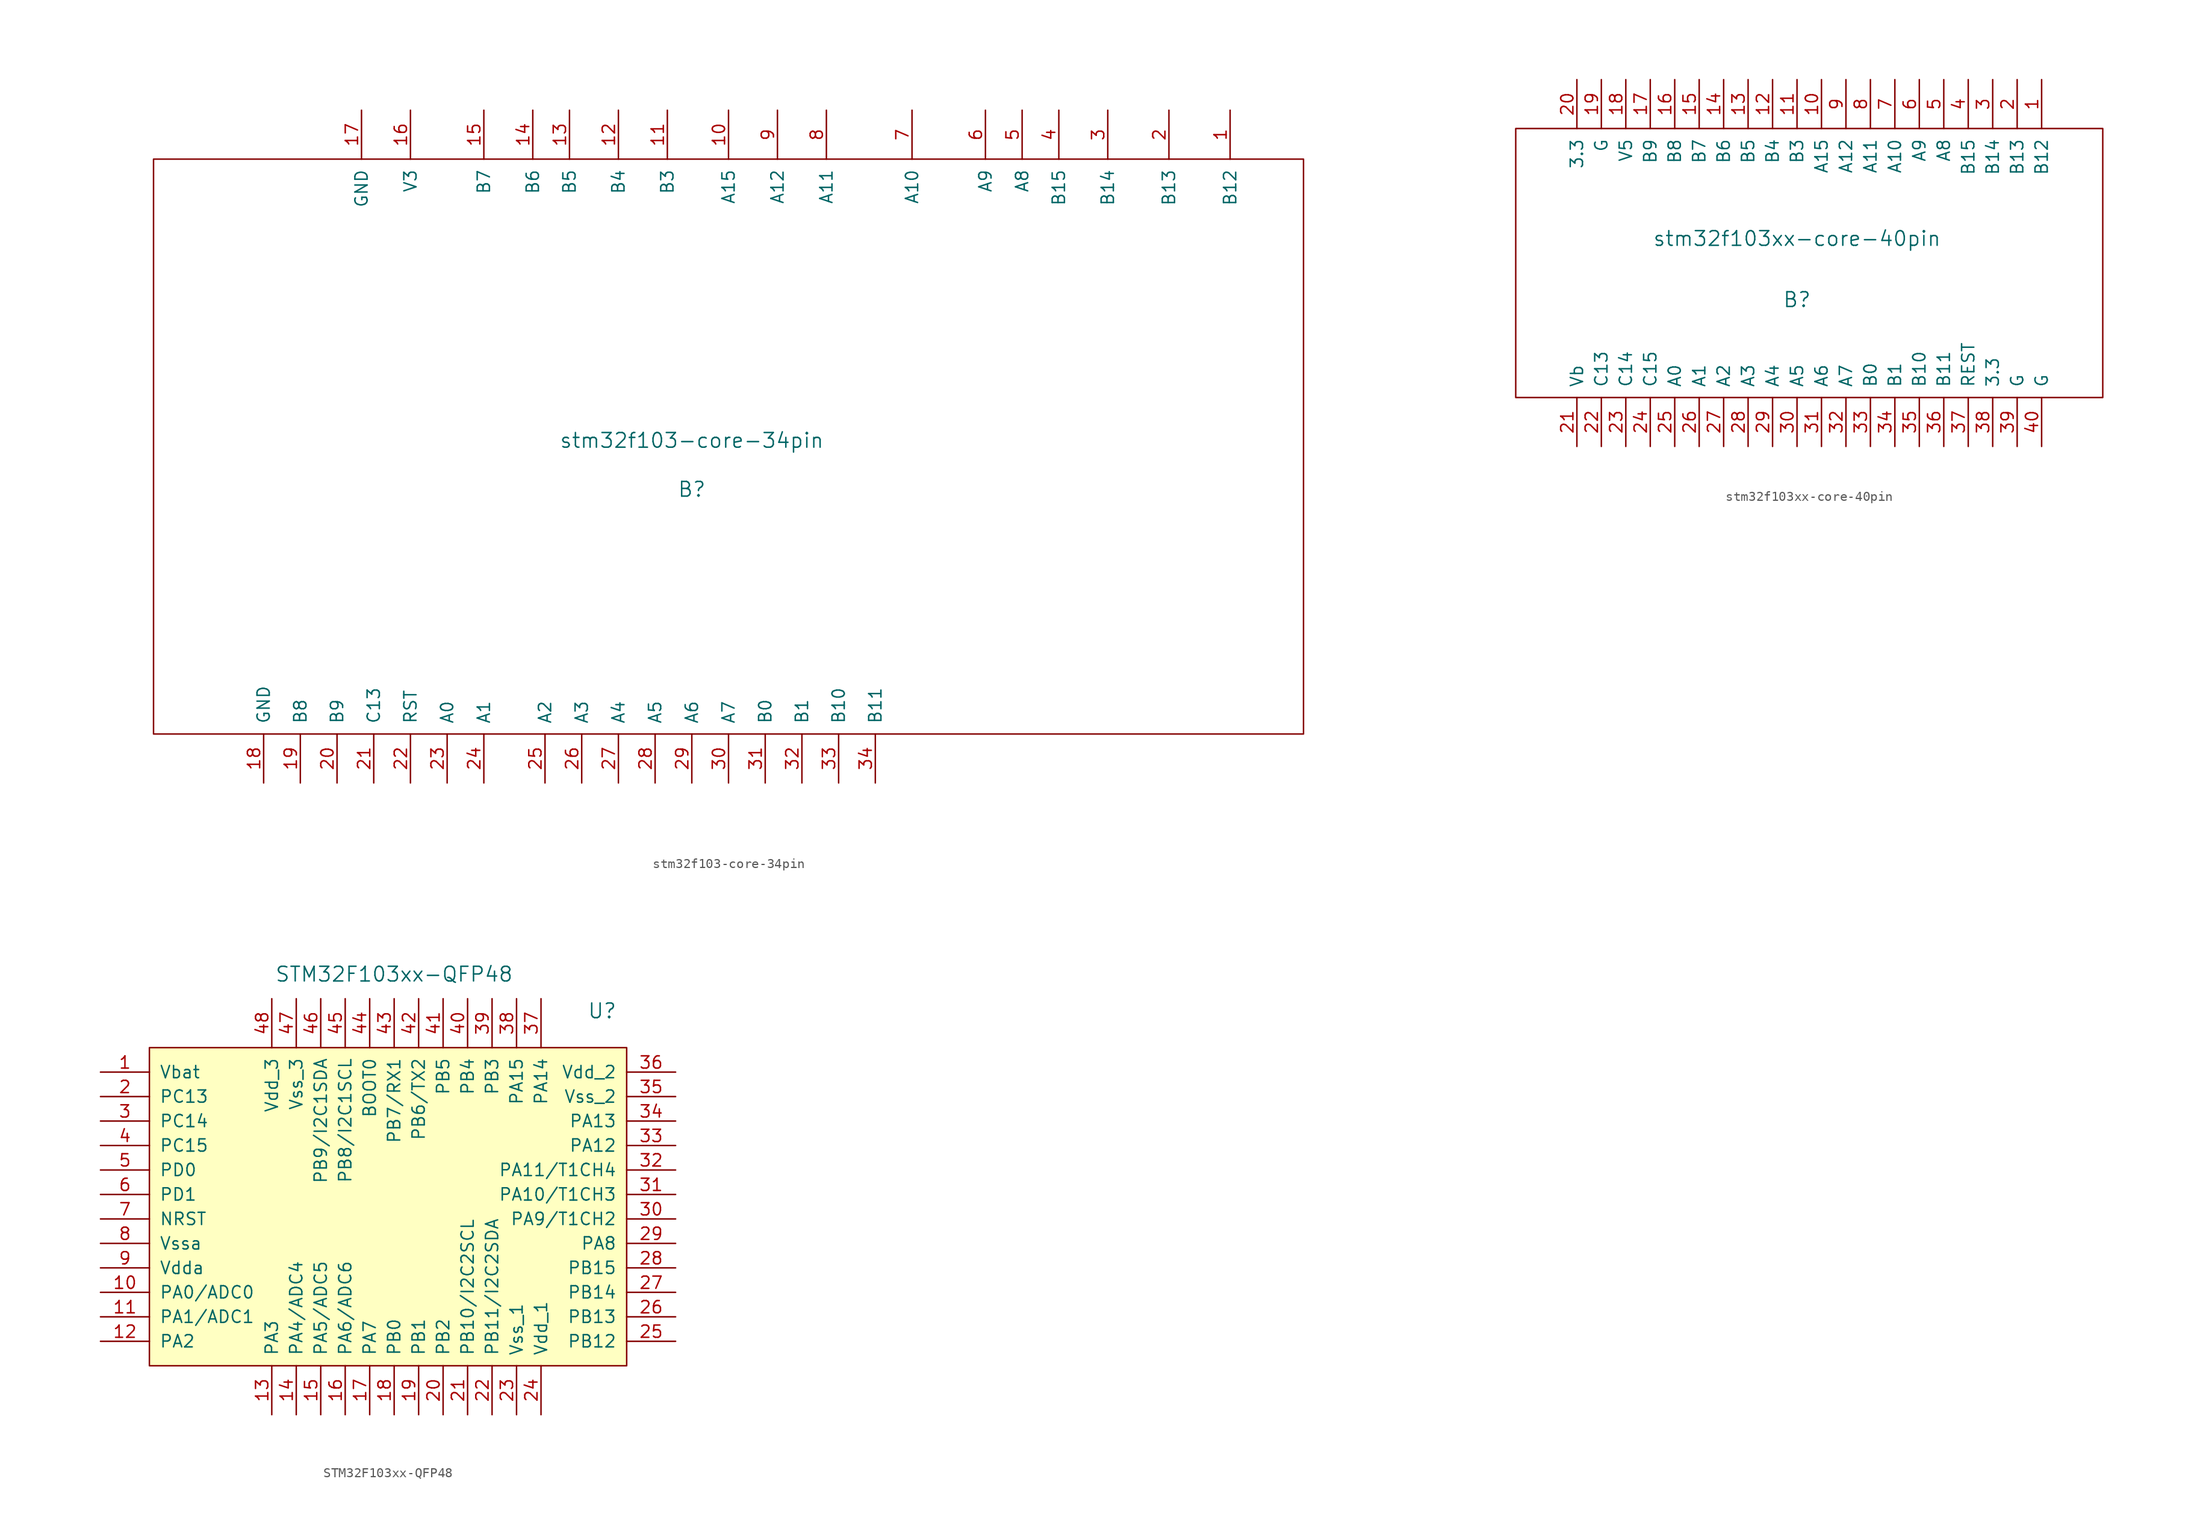
<source format=kicad_sym>
(kicad_symbol_lib
  (version 20231120)
  (generator "kicad_symbol_editor")
  (generator_version "8.0")
  (symbol "stm32f103-core-34pin"
    (pin_names
      (offset 1.016))
    (property "Reference" "B"
      (at 0 -2.54 0)
      (effects (font (size 1.524 1.524))))
    (property "Value" "stm32f103-core-34pin"
      (at 0 2.54 0)
      (effects (font (size 1.524 1.524))))
    (symbol "stm32f103-core-34pin_0_1"
      (rectangle (start -55.88 31.75) (end 63.5 -27.94) (stroke (width 0) (type default)) (fill (type none))))
    (symbol "stm32f103-core-34pin_1_1"
      (pin input line (at 55.88 36.83 270) (length 5.08) (name "B12" (effects (font (size 1.27 1.27)))) (number "1" (effects (font (size 1.27 1.27)))))
      (pin input line (at 3.81 36.83 270) (length 5.08) (name "A15" (effects (font (size 1.27 1.27)))) (number "10" (effects (font (size 1.27 1.27)))))
      (pin input line (at -2.54 36.83 270) (length 5.08) (name "B3" (effects (font (size 1.27 1.27)))) (number "11" (effects (font (size 1.27 1.27)))))
      (pin input line (at -7.62 36.83 270) (length 5.08) (name "B4" (effects (font (size 1.27 1.27)))) (number "12" (effects (font (size 1.27 1.27)))))
      (pin input line (at -12.7 36.83 270) (length 5.08) (name "B5" (effects (font (size 1.27 1.27)))) (number "13" (effects (font (size 1.27 1.27)))))
      (pin input line (at -16.51 36.83 270) (length 5.08) (name "B6" (effects (font (size 1.27 1.27)))) (number "14" (effects (font (size 1.27 1.27)))))
      (pin input line (at -21.59 36.83 270) (length 5.08) (name "B7" (effects (font (size 1.27 1.27)))) (number "15" (effects (font (size 1.27 1.27)))))
      (pin input line (at -29.21 36.83 270) (length 5.08) (name "V3" (effects (font (size 1.27 1.27)))) (number "16" (effects (font (size 1.27 1.27)))))
      (pin input line (at -34.29 36.83 270) (length 5.08) (name "GND" (effects (font (size 1.27 1.27)))) (number "17" (effects (font (size 1.27 1.27)))))
      (pin input line (at -44.45 -33.02 90) (length 5.08) (name "GND" (effects (font (size 1.27 1.27)))) (number "18" (effects (font (size 1.27 1.27)))))
      (pin input line (at -40.64 -33.02 90) (length 5.08) (name "B8" (effects (font (size 1.27 1.27)))) (number "19" (effects (font (size 1.27 1.27)))))
      (pin input line (at 49.53 36.83 270) (length 5.08) (name "B13" (effects (font (size 1.27 1.27)))) (number "2" (effects (font (size 1.27 1.27)))))
      (pin input line (at -36.83 -33.02 90) (length 5.08) (name "B9" (effects (font (size 1.27 1.27)))) (number "20" (effects (font (size 1.27 1.27)))))
      (pin input line (at -33.02 -33.02 90) (length 5.08) (name "C13" (effects (font (size 1.27 1.27)))) (number "21" (effects (font (size 1.27 1.27)))))
      (pin input line (at -29.21 -33.02 90) (length 5.08) (name "RST" (effects (font (size 1.27 1.27)))) (number "22" (effects (font (size 1.27 1.27)))))
      (pin input line (at -25.4 -33.02 90) (length 5.08) (name "A0" (effects (font (size 1.27 1.27)))) (number "23" (effects (font (size 1.27 1.27)))))
      (pin input line (at -21.59 -33.02 90) (length 5.08) (name "A1" (effects (font (size 1.27 1.27)))) (number "24" (effects (font (size 1.27 1.27)))))
      (pin input line (at -15.24 -33.02 90) (length 5.08) (name "A2" (effects (font (size 1.27 1.27)))) (number "25" (effects (font (size 1.27 1.27)))))
      (pin input line (at -11.43 -33.02 90) (length 5.08) (name "A3" (effects (font (size 1.27 1.27)))) (number "26" (effects (font (size 1.27 1.27)))))
      (pin input line (at -7.62 -33.02 90) (length 5.08) (name "A4" (effects (font (size 1.27 1.27)))) (number "27" (effects (font (size 1.27 1.27)))))
      (pin input line (at -3.81 -33.02 90) (length 5.08) (name "A5" (effects (font (size 1.27 1.27)))) (number "28" (effects (font (size 1.27 1.27)))))
      (pin input line (at 0 -33.02 90) (length 5.08) (name "A6" (effects (font (size 1.27 1.27)))) (number "29" (effects (font (size 1.27 1.27)))))
      (pin input line (at 43.18 36.83 270) (length 5.08) (name "B14" (effects (font (size 1.27 1.27)))) (number "3" (effects (font (size 1.27 1.27)))))
      (pin input line (at 3.81 -33.02 90) (length 5.08) (name "A7" (effects (font (size 1.27 1.27)))) (number "30" (effects (font (size 1.27 1.27)))))
      (pin input line (at 7.62 -33.02 90) (length 5.08) (name "B0" (effects (font (size 1.27 1.27)))) (number "31" (effects (font (size 1.27 1.27)))))
      (pin input line (at 11.43 -33.02 90) (length 5.08) (name "B1" (effects (font (size 1.27 1.27)))) (number "32" (effects (font (size 1.27 1.27)))))
      (pin input line (at 15.24 -33.02 90) (length 5.08) (name "B10" (effects (font (size 1.27 1.27)))) (number "33" (effects (font (size 1.27 1.27)))))
      (pin input line (at 19.05 -33.02 90) (length 5.08) (name "B11" (effects (font (size 1.27 1.27)))) (number "34" (effects (font (size 1.27 1.27)))))
      (pin input line (at 38.1 36.83 270) (length 5.08) (name "B15" (effects (font (size 1.27 1.27)))) (number "4" (effects (font (size 1.27 1.27)))))
      (pin input line (at 34.29 36.83 270) (length 5.08) (name "A8" (effects (font (size 1.27 1.27)))) (number "5" (effects (font (size 1.27 1.27)))))
      (pin input line (at 30.48 36.83 270) (length 5.08) (name "A9" (effects (font (size 1.27 1.27)))) (number "6" (effects (font (size 1.27 1.27)))))
      (pin input line (at 22.86 36.83 270) (length 5.08) (name "A10" (effects (font (size 1.27 1.27)))) (number "7" (effects (font (size 1.27 1.27)))))
      (pin input line (at 13.97 36.83 270) (length 5.08) (name "A11" (effects (font (size 1.27 1.27)))) (number "8" (effects (font (size 1.27 1.27)))))
      (pin input line (at 8.89 36.83 270) (length 5.08) (name "A12" (effects (font (size 1.27 1.27)))) (number "9" (effects (font (size 1.27 1.27)))))))
  (symbol "stm32f103xx-core-40pin"
    (pin_names
      (offset 1.016))
    (property "Reference" "B"
      (at 0 -3.81 0)
      (effects (font (size 1.524 1.524))))
    (property "Value" "stm32f103xx-core-40pin"
      (at 0 2.54 0)
      (effects (font (size 1.524 1.524))))
    (symbol "stm32f103xx-core-40pin_0_1"
      (rectangle (start -29.21 13.97) (end 31.75 -13.97) (stroke (width 0) (type default)) (fill (type none))))
    (symbol "stm32f103xx-core-40pin_1_1"
      (pin input line (at 25.4 19.05 270) (length 5.08) (name "B12" (effects (font (size 1.27 1.27)))) (number "1" (effects (font (size 1.27 1.27)))))
      (pin input line (at 2.54 19.05 270) (length 5.08) (name "A15" (effects (font (size 1.27 1.27)))) (number "10" (effects (font (size 1.27 1.27)))))
      (pin input line (at 0 19.05 270) (length 5.08) (name "B3" (effects (font (size 1.27 1.27)))) (number "11" (effects (font (size 1.27 1.27)))))
      (pin input line (at -2.54 19.05 270) (length 5.08) (name "B4" (effects (font (size 1.27 1.27)))) (number "12" (effects (font (size 1.27 1.27)))))
      (pin input line (at -5.08 19.05 270) (length 5.08) (name "B5" (effects (font (size 1.27 1.27)))) (number "13" (effects (font (size 1.27 1.27)))))
      (pin input line (at -7.62 19.05 270) (length 5.08) (name "B6" (effects (font (size 1.27 1.27)))) (number "14" (effects (font (size 1.27 1.27)))))
      (pin input line (at -10.16 19.05 270) (length 5.08) (name "B7" (effects (font (size 1.27 1.27)))) (number "15" (effects (font (size 1.27 1.27)))))
      (pin input line (at -12.7 19.05 270) (length 5.08) (name "B8" (effects (font (size 1.27 1.27)))) (number "16" (effects (font (size 1.27 1.27)))))
      (pin input line (at -15.24 19.05 270) (length 5.08) (name "B9" (effects (font (size 1.27 1.27)))) (number "17" (effects (font (size 1.27 1.27)))))
      (pin power_in line (at -17.78 19.05 270) (length 5.08) (name "V5" (effects (font (size 1.27 1.27)))) (number "18" (effects (font (size 1.27 1.27)))))
      (pin input line (at -20.32 19.05 270) (length 5.08) (name "G" (effects (font (size 1.27 1.27)))) (number "19" (effects (font (size 1.27 1.27)))))
      (pin input line (at 22.86 19.05 270) (length 5.08) (name "B13" (effects (font (size 1.27 1.27)))) (number "2" (effects (font (size 1.27 1.27)))))
      (pin power_out line (at -22.86 19.05 270) (length 5.08) (name "3.3" (effects (font (size 1.27 1.27)))) (number "20" (effects (font (size 1.27 1.27)))))
      (pin power_in line (at -22.86 -19.05 90) (length 5.08) (name "Vb" (effects (font (size 1.27 1.27)))) (number "21" (effects (font (size 1.27 1.27)))))
      (pin input line (at -20.32 -19.05 90) (length 5.08) (name "C13" (effects (font (size 1.27 1.27)))) (number "22" (effects (font (size 1.27 1.27)))))
      (pin input line (at -17.78 -19.05 90) (length 5.08) (name "C14" (effects (font (size 1.27 1.27)))) (number "23" (effects (font (size 1.27 1.27)))))
      (pin input line (at -15.24 -19.05 90) (length 5.08) (name "C15" (effects (font (size 1.27 1.27)))) (number "24" (effects (font (size 1.27 1.27)))))
      (pin input line (at -12.7 -19.05 90) (length 5.08) (name "A0" (effects (font (size 1.27 1.27)))) (number "25" (effects (font (size 1.27 1.27)))))
      (pin input line (at -10.16 -19.05 90) (length 5.08) (name "A1" (effects (font (size 1.27 1.27)))) (number "26" (effects (font (size 1.27 1.27)))))
      (pin input line (at -7.62 -19.05 90) (length 5.08) (name "A2" (effects (font (size 1.27 1.27)))) (number "27" (effects (font (size 1.27 1.27)))))
      (pin input line (at -5.08 -19.05 90) (length 5.08) (name "A3" (effects (font (size 1.27 1.27)))) (number "28" (effects (font (size 1.27 1.27)))))
      (pin input line (at -2.54 -19.05 90) (length 5.08) (name "A4" (effects (font (size 1.27 1.27)))) (number "29" (effects (font (size 1.27 1.27)))))
      (pin input line (at 20.32 19.05 270) (length 5.08) (name "B14" (effects (font (size 1.27 1.27)))) (number "3" (effects (font (size 1.27 1.27)))))
      (pin input line (at 0 -19.05 90) (length 5.08) (name "A5" (effects (font (size 1.27 1.27)))) (number "30" (effects (font (size 1.27 1.27)))))
      (pin input line (at 2.54 -19.05 90) (length 5.08) (name "A6" (effects (font (size 1.27 1.27)))) (number "31" (effects (font (size 1.27 1.27)))))
      (pin input line (at 5.08 -19.05 90) (length 5.08) (name "A7" (effects (font (size 1.27 1.27)))) (number "32" (effects (font (size 1.27 1.27)))))
      (pin input line (at 7.62 -19.05 90) (length 5.08) (name "B0" (effects (font (size 1.27 1.27)))) (number "33" (effects (font (size 1.27 1.27)))))
      (pin input line (at 10.16 -19.05 90) (length 5.08) (name "B1" (effects (font (size 1.27 1.27)))) (number "34" (effects (font (size 1.27 1.27)))))
      (pin input line (at 12.7 -19.05 90) (length 5.08) (name "B10" (effects (font (size 1.27 1.27)))) (number "35" (effects (font (size 1.27 1.27)))))
      (pin input line (at 15.24 -19.05 90) (length 5.08) (name "B11" (effects (font (size 1.27 1.27)))) (number "36" (effects (font (size 1.27 1.27)))))
      (pin input line (at 17.78 -19.05 90) (length 5.08) (name "REST" (effects (font (size 1.27 1.27)))) (number "37" (effects (font (size 1.27 1.27)))))
      (pin power_out line (at 20.32 -19.05 90) (length 5.08) (name "3.3" (effects (font (size 1.27 1.27)))) (number "38" (effects (font (size 1.27 1.27)))))
      (pin input line (at 22.86 -19.05 90) (length 5.08) (name "G" (effects (font (size 1.27 1.27)))) (number "39" (effects (font (size 1.27 1.27)))))
      (pin input line (at 17.78 19.05 270) (length 5.08) (name "B15" (effects (font (size 1.27 1.27)))) (number "4" (effects (font (size 1.27 1.27)))))
      (pin input line (at 25.4 -19.05 90) (length 5.08) (name "G" (effects (font (size 1.27 1.27)))) (number "40" (effects (font (size 1.27 1.27)))))
      (pin input line (at 15.24 19.05 270) (length 5.08) (name "A8" (effects (font (size 1.27 1.27)))) (number "5" (effects (font (size 1.27 1.27)))))
      (pin input line (at 12.7 19.05 270) (length 5.08) (name "A9" (effects (font (size 1.27 1.27)))) (number "6" (effects (font (size 1.27 1.27)))))
      (pin input line (at 10.16 19.05 270) (length 5.08) (name "A10" (effects (font (size 1.27 1.27)))) (number "7" (effects (font (size 1.27 1.27)))))
      (pin input line (at 7.62 19.05 270) (length 5.08) (name "A11" (effects (font (size 1.27 1.27)))) (number "8" (effects (font (size 1.27 1.27)))))
      (pin input line (at 5.08 19.05 270) (length 5.08) (name "A12" (effects (font (size 1.27 1.27)))) (number "9" (effects (font (size 1.27 1.27)))))))
  (symbol "STM32F103xx-QFP48"
    (pin_names
      (offset 1.016))
    (property "Reference" "U"
      (at 20.32 20.32 0)
      (effects (font (size 1.524 1.524))))
    (property "Value" "STM32F103xx-QFP48"
      (at -1.27 24.13 0)
      (effects (font (size 1.524 1.524))))
    (symbol "STM32F103xx-QFP48_0_1"
      (rectangle (start -26.67 16.51) (end 22.86 -16.51) (stroke (width 0) (type default)) (fill (type background))))
    (symbol "STM32F103xx-QFP48_1_1"
      (pin power_in line (at -31.75 13.97 0) (length 5.08) (name "Vbat" (effects (font (size 1.27 1.27)))) (number "1" (effects (font (size 1.27 1.27)))))
      (pin bidirectional line (at -31.75 -8.89 0) (length 5.08) (name "PA0/ADC0" (effects (font (size 1.27 1.27)))) (number "10" (effects (font (size 1.27 1.27)))))
      (pin bidirectional line (at -31.75 -11.43 0) (length 5.08) (name "PA1/ADC1" (effects (font (size 1.27 1.27)))) (number "11" (effects (font (size 1.27 1.27)))))
      (pin bidirectional line (at -31.75 -13.97 0) (length 5.08) (name "PA2" (effects (font (size 1.27 1.27)))) (number "12" (effects (font (size 1.27 1.27)))))
      (pin bidirectional line (at -13.97 -21.59 90) (length 5.08) (name "PA3" (effects (font (size 1.27 1.27)))) (number "13" (effects (font (size 1.27 1.27)))))
      (pin bidirectional line (at -11.43 -21.59 90) (length 5.08) (name "PA4/ADC4" (effects (font (size 1.27 1.27)))) (number "14" (effects (font (size 1.27 1.27)))))
      (pin bidirectional line (at -8.89 -21.59 90) (length 5.08) (name "PA5/ADC5" (effects (font (size 1.27 1.27)))) (number "15" (effects (font (size 1.27 1.27)))))
      (pin bidirectional line (at -6.35 -21.59 90) (length 5.08) (name "PA6/ADC6" (effects (font (size 1.27 1.27)))) (number "16" (effects (font (size 1.27 1.27)))))
      (pin bidirectional line (at -3.81 -21.59 90) (length 5.08) (name "PA7" (effects (font (size 1.27 1.27)))) (number "17" (effects (font (size 1.27 1.27)))))
      (pin bidirectional line (at -1.27 -21.59 90) (length 5.08) (name "PB0" (effects (font (size 1.27 1.27)))) (number "18" (effects (font (size 1.27 1.27)))))
      (pin bidirectional line (at 1.27 -21.59 90) (length 5.08) (name "PB1" (effects (font (size 1.27 1.27)))) (number "19" (effects (font (size 1.27 1.27)))))
      (pin bidirectional line (at -31.75 11.43 0) (length 5.08) (name "PC13" (effects (font (size 1.27 1.27)))) (number "2" (effects (font (size 1.27 1.27)))))
      (pin bidirectional line (at 3.81 -21.59 90) (length 5.08) (name "PB2" (effects (font (size 1.27 1.27)))) (number "20" (effects (font (size 1.27 1.27)))))
      (pin bidirectional line (at 6.35 -21.59 90) (length 5.08) (name "PB10/I2C2SCL" (effects (font (size 1.27 1.27)))) (number "21" (effects (font (size 1.27 1.27)))))
      (pin bidirectional line (at 8.89 -21.59 90) (length 5.08) (name "PB11/I2C2SDA" (effects (font (size 1.27 1.27)))) (number "22" (effects (font (size 1.27 1.27)))))
      (pin power_in line (at 11.43 -21.59 90) (length 5.08) (name "Vss_1" (effects (font (size 1.27 1.27)))) (number "23" (effects (font (size 1.27 1.27)))))
      (pin power_in line (at 13.97 -21.59 90) (length 5.08) (name "Vdd_1" (effects (font (size 1.27 1.27)))) (number "24" (effects (font (size 1.27 1.27)))))
      (pin bidirectional line (at 27.94 -13.97 180) (length 5.08) (name "PB12" (effects (font (size 1.27 1.27)))) (number "25" (effects (font (size 1.27 1.27)))))
      (pin bidirectional line (at 27.94 -11.43 180) (length 5.08) (name "PB13" (effects (font (size 1.27 1.27)))) (number "26" (effects (font (size 1.27 1.27)))))
      (pin bidirectional line (at 27.94 -8.89 180) (length 5.08) (name "PB14" (effects (font (size 1.27 1.27)))) (number "27" (effects (font (size 1.27 1.27)))))
      (pin bidirectional line (at 27.94 -6.35 180) (length 5.08) (name "PB15" (effects (font (size 1.27 1.27)))) (number "28" (effects (font (size 1.27 1.27)))))
      (pin bidirectional line (at 27.94 -3.81 180) (length 5.08) (name "PA8" (effects (font (size 1.27 1.27)))) (number "29" (effects (font (size 1.27 1.27)))))
      (pin bidirectional line (at -31.75 8.89 0) (length 5.08) (name "PC14" (effects (font (size 1.27 1.27)))) (number "3" (effects (font (size 1.27 1.27)))))
      (pin bidirectional line (at 27.94 -1.27 180) (length 5.08) (name "PA9/T1CH2" (effects (font (size 1.27 1.27)))) (number "30" (effects (font (size 1.27 1.27)))))
      (pin bidirectional line (at 27.94 1.27 180) (length 5.08) (name "PA10/T1CH3" (effects (font (size 1.27 1.27)))) (number "31" (effects (font (size 1.27 1.27)))))
      (pin bidirectional line (at 27.94 3.81 180) (length 5.08) (name "PA11/T1CH4" (effects (font (size 1.27 1.27)))) (number "32" (effects (font (size 1.27 1.27)))))
      (pin bidirectional line (at 27.94 6.35 180) (length 5.08) (name "PA12" (effects (font (size 1.27 1.27)))) (number "33" (effects (font (size 1.27 1.27)))))
      (pin bidirectional line (at 27.94 8.89 180) (length 5.08) (name "PA13" (effects (font (size 1.27 1.27)))) (number "34" (effects (font (size 1.27 1.27)))))
      (pin bidirectional line (at 27.94 11.43 180) (length 5.08) (name "Vss_2" (effects (font (size 1.27 1.27)))) (number "35" (effects (font (size 1.27 1.27)))))
      (pin bidirectional line (at 27.94 13.97 180) (length 5.08) (name "Vdd_2" (effects (font (size 1.27 1.27)))) (number "36" (effects (font (size 1.27 1.27)))))
      (pin bidirectional line (at 13.97 21.59 270) (length 5.08) (name "PA14" (effects (font (size 1.27 1.27)))) (number "37" (effects (font (size 1.27 1.27)))))
      (pin bidirectional line (at 11.43 21.59 270) (length 5.08) (name "PA15" (effects (font (size 1.27 1.27)))) (number "38" (effects (font (size 1.27 1.27)))))
      (pin bidirectional line (at 8.89 21.59 270) (length 5.08) (name "PB3" (effects (font (size 1.27 1.27)))) (number "39" (effects (font (size 1.27 1.27)))))
      (pin bidirectional line (at -31.75 6.35 0) (length 5.08) (name "PC15" (effects (font (size 1.27 1.27)))) (number "4" (effects (font (size 1.27 1.27)))))
      (pin bidirectional line (at 6.35 21.59 270) (length 5.08) (name "PB4" (effects (font (size 1.27 1.27)))) (number "40" (effects (font (size 1.27 1.27)))))
      (pin bidirectional line (at 3.81 21.59 270) (length 5.08) (name "PB5" (effects (font (size 1.27 1.27)))) (number "41" (effects (font (size 1.27 1.27)))))
      (pin bidirectional line (at 1.27 21.59 270) (length 5.08) (name "PB6/TX2" (effects (font (size 1.27 1.27)))) (number "42" (effects (font (size 1.27 1.27)))))
      (pin bidirectional line (at -1.27 21.59 270) (length 5.08) (name "PB7/RX1" (effects (font (size 1.27 1.27)))) (number "43" (effects (font (size 1.27 1.27)))))
      (pin input line (at -3.81 21.59 270) (length 5.08) (name "BOOT0" (effects (font (size 1.27 1.27)))) (number "44" (effects (font (size 1.27 1.27)))))
      (pin bidirectional line (at -6.35 21.59 270) (length 5.08) (name "PB8/I2C1SCL" (effects (font (size 1.27 1.27)))) (number "45" (effects (font (size 1.27 1.27)))))
      (pin bidirectional line (at -8.89 21.59 270) (length 5.08) (name "PB9/I2C1SDA" (effects (font (size 1.27 1.27)))) (number "46" (effects (font (size 1.27 1.27)))))
      (pin power_in line (at -11.43 21.59 270) (length 5.08) (name "Vss_3" (effects (font (size 1.27 1.27)))) (number "47" (effects (font (size 1.27 1.27)))))
      (pin power_in line (at -13.97 21.59 270) (length 5.08) (name "Vdd_3" (effects (font (size 1.27 1.27)))) (number "48" (effects (font (size 1.27 1.27)))))
      (pin bidirectional line (at -31.75 3.81 0) (length 5.08) (name "PD0" (effects (font (size 1.27 1.27)))) (number "5" (effects (font (size 1.27 1.27)))))
      (pin bidirectional line (at -31.75 1.27 0) (length 5.08) (name "PD1" (effects (font (size 1.27 1.27)))) (number "6" (effects (font (size 1.27 1.27)))))
      (pin input line (at -31.75 -1.27 0) (length 5.08) (name "NRST" (effects (font (size 1.27 1.27)))) (number "7" (effects (font (size 1.27 1.27)))))
      (pin power_in line (at -31.75 -3.81 0) (length 5.08) (name "Vssa" (effects (font (size 1.27 1.27)))) (number "8" (effects (font (size 1.27 1.27)))))
      (pin power_in line (at -31.75 -6.35 0) (length 5.08) (name "Vdda" (effects (font (size 1.27 1.27)))) (number "9" (effects (font (size 1.27 1.27))))))))
</source>
